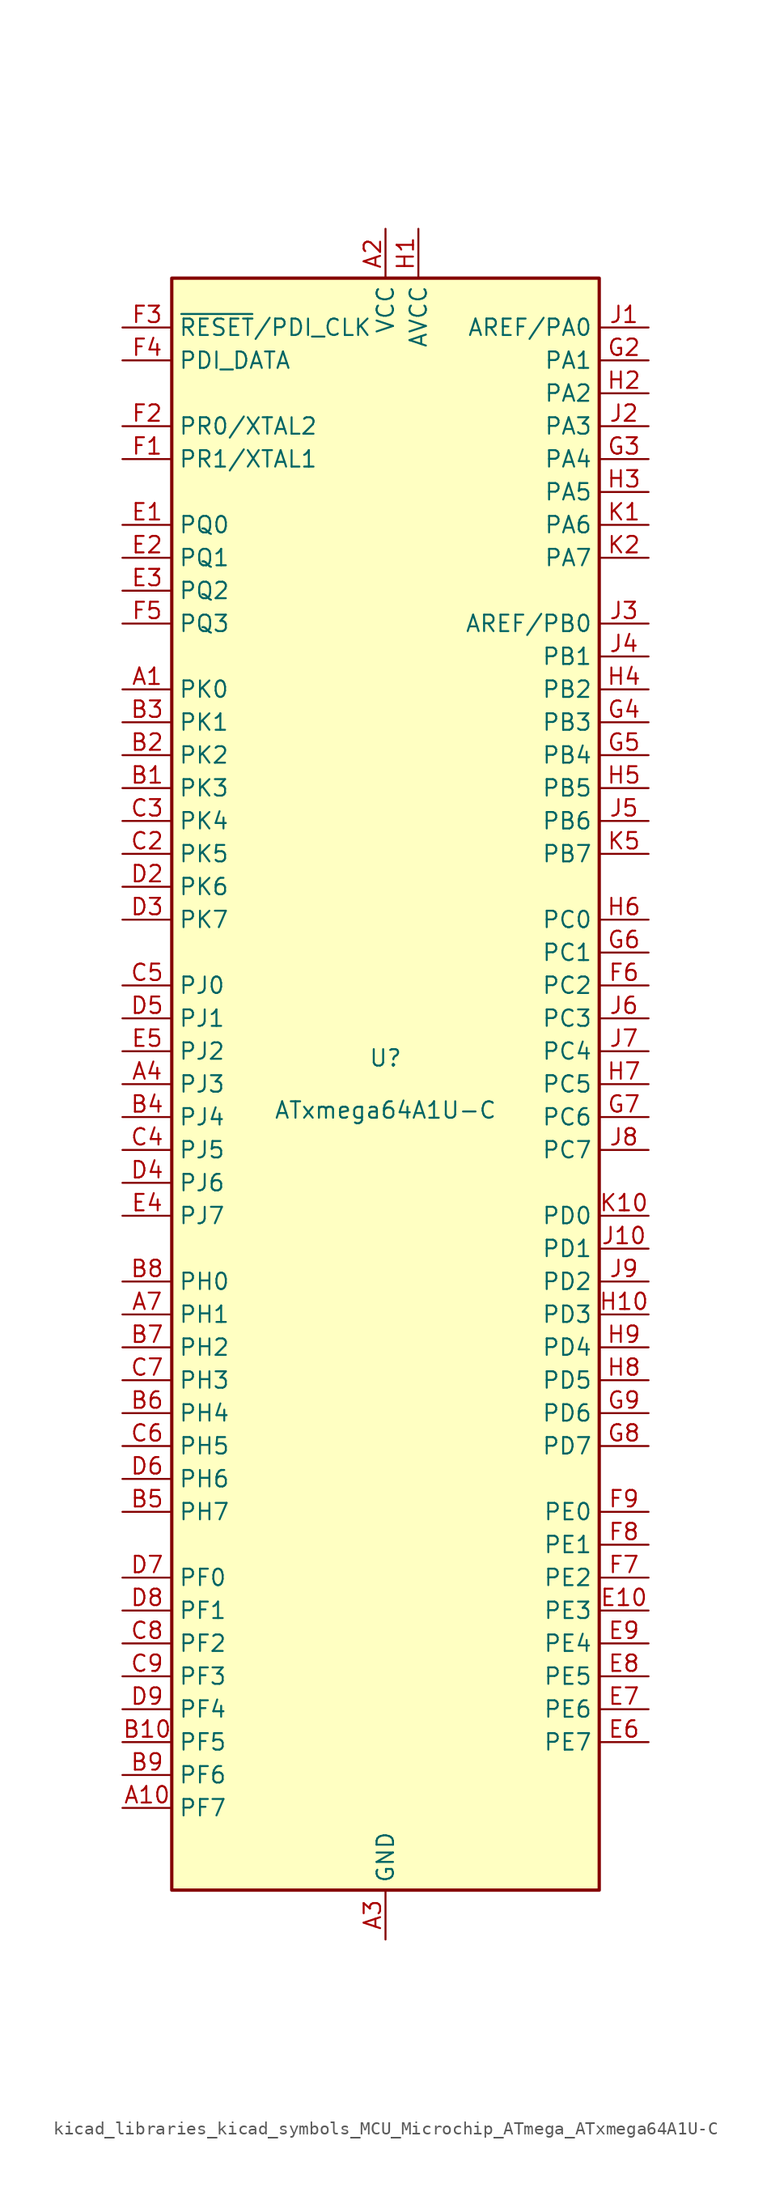
<source format=kicad_sym>
(kicad_symbol_lib
  (version 20220914)
  (generator kicad_symbol_editor)
  (symbol "kicad_libraries_kicad_symbols_MCU_Microchip_ATmega_ATxmega64A1U-C"
    (property "Reference" "U"
      (at 0 1.27 0)
      (effects (font (size 1.27 1.27)) (justify bottom)))
    (property "Value" "ATxmega64A1U-C"
      (at 0 -1.27 0)
      (effects (font (size 1.27 1.27)) (justify top)))
    (symbol "kicad_libraries_kicad_symbols_MCU_Microchip_ATmega_ATxmega64A1U-C_0_1"
      (rectangle (start -16.51 -62.23) (end 16.51 62.23) (stroke (width 0.254) (type default)) (fill (type background))))
    (symbol "kicad_libraries_kicad_symbols_MCU_Microchip_ATmega_ATxmega64A1U-C_1_1"
      (pin bidirectional line (at -20.32 30.48 0) (length 3.81) (name "PK0" (effects (font (size 1.27 1.27)))) (number "A1" (effects (font (size 1.27 1.27)))))
      (pin bidirectional line (at -20.32 -55.88 0) (length 3.81) (name "PF7" (effects (font (size 1.27 1.27)))) (number "A10" (effects (font (size 1.27 1.27)))))
      (pin power_in line (at 0 66.04 270) (length 3.81) (name "VCC" (effects (font (size 1.27 1.27)))) (number "A2" (effects (font (size 1.27 1.27)))))
      (pin power_in line (at 0 -66.04 90) (length 3.81) (name "GND" (effects (font (size 1.27 1.27)))) (number "A3" (effects (font (size 1.27 1.27)))))
      (pin bidirectional line (at -20.32 0 0) (length 3.81) (name "PJ3" (effects (font (size 1.27 1.27)))) (number "A4" (effects (font (size 1.27 1.27)))))
      (pin passive line (at 0 66.04 270) (length 3.81) hide (name "VCC" (effects (font (size 1.27 1.27)))) (number "A5" (effects (font (size 1.27 1.27)))))
      (pin passive line (at 0 -66.04 90) (length 3.81) hide (name "GND" (effects (font (size 1.27 1.27)))) (number "A6" (effects (font (size 1.27 1.27)))))
      (pin bidirectional line (at -20.32 -17.78 0) (length 3.81) (name "PH1" (effects (font (size 1.27 1.27)))) (number "A7" (effects (font (size 1.27 1.27)))))
      (pin passive line (at 0 -66.04 90) (length 3.81) hide (name "GND" (effects (font (size 1.27 1.27)))) (number "A8" (effects (font (size 1.27 1.27)))))
      (pin passive line (at 0 66.04 270) (length 3.81) hide (name "VCC" (effects (font (size 1.27 1.27)))) (number "A9" (effects (font (size 1.27 1.27)))))
      (pin bidirectional line (at -20.32 22.86 0) (length 3.81) (name "PK3" (effects (font (size 1.27 1.27)))) (number "B1" (effects (font (size 1.27 1.27)))))
      (pin bidirectional line (at -20.32 -50.8 0) (length 3.81) (name "PF5" (effects (font (size 1.27 1.27)))) (number "B10" (effects (font (size 1.27 1.27)))))
      (pin bidirectional line (at -20.32 25.4 0) (length 3.81) (name "PK2" (effects (font (size 1.27 1.27)))) (number "B2" (effects (font (size 1.27 1.27)))))
      (pin bidirectional line (at -20.32 27.94 0) (length 3.81) (name "PK1" (effects (font (size 1.27 1.27)))) (number "B3" (effects (font (size 1.27 1.27)))))
      (pin bidirectional line (at -20.32 -2.54 0) (length 3.81) (name "PJ4" (effects (font (size 1.27 1.27)))) (number "B4" (effects (font (size 1.27 1.27)))))
      (pin bidirectional line (at -20.32 -33.02 0) (length 3.81) (name "PH7" (effects (font (size 1.27 1.27)))) (number "B5" (effects (font (size 1.27 1.27)))))
      (pin bidirectional line (at -20.32 -25.4 0) (length 3.81) (name "PH4" (effects (font (size 1.27 1.27)))) (number "B6" (effects (font (size 1.27 1.27)))))
      (pin bidirectional line (at -20.32 -20.32 0) (length 3.81) (name "PH2" (effects (font (size 1.27 1.27)))) (number "B7" (effects (font (size 1.27 1.27)))))
      (pin bidirectional line (at -20.32 -15.24 0) (length 3.81) (name "PH0" (effects (font (size 1.27 1.27)))) (number "B8" (effects (font (size 1.27 1.27)))))
      (pin bidirectional line (at -20.32 -53.34 0) (length 3.81) (name "PF6" (effects (font (size 1.27 1.27)))) (number "B9" (effects (font (size 1.27 1.27)))))
      (pin passive line (at 0 66.04 270) (length 3.81) hide (name "VCC" (effects (font (size 1.27 1.27)))) (number "C1" (effects (font (size 1.27 1.27)))))
      (pin passive line (at 0 66.04 270) (length 3.81) hide (name "VCC" (effects (font (size 1.27 1.27)))) (number "C10" (effects (font (size 1.27 1.27)))))
      (pin bidirectional line (at -20.32 17.78 0) (length 3.81) (name "PK5" (effects (font (size 1.27 1.27)))) (number "C2" (effects (font (size 1.27 1.27)))))
      (pin bidirectional line (at -20.32 20.32 0) (length 3.81) (name "PK4" (effects (font (size 1.27 1.27)))) (number "C3" (effects (font (size 1.27 1.27)))))
      (pin bidirectional line (at -20.32 -5.08 0) (length 3.81) (name "PJ5" (effects (font (size 1.27 1.27)))) (number "C4" (effects (font (size 1.27 1.27)))))
      (pin bidirectional line (at -20.32 7.62 0) (length 3.81) (name "PJ0" (effects (font (size 1.27 1.27)))) (number "C5" (effects (font (size 1.27 1.27)))))
      (pin bidirectional line (at -20.32 -27.94 0) (length 3.81) (name "PH5" (effects (font (size 1.27 1.27)))) (number "C6" (effects (font (size 1.27 1.27)))))
      (pin bidirectional line (at -20.32 -22.86 0) (length 3.81) (name "PH3" (effects (font (size 1.27 1.27)))) (number "C7" (effects (font (size 1.27 1.27)))))
      (pin bidirectional line (at -20.32 -43.18 0) (length 3.81) (name "PF2" (effects (font (size 1.27 1.27)))) (number "C8" (effects (font (size 1.27 1.27)))))
      (pin bidirectional line (at -20.32 -45.72 0) (length 3.81) (name "PF3" (effects (font (size 1.27 1.27)))) (number "C9" (effects (font (size 1.27 1.27)))))
      (pin passive line (at 0 -66.04 90) (length 3.81) hide (name "GND" (effects (font (size 1.27 1.27)))) (number "D1" (effects (font (size 1.27 1.27)))))
      (pin passive line (at 0 -66.04 90) (length 3.81) hide (name "GND" (effects (font (size 1.27 1.27)))) (number "D10" (effects (font (size 1.27 1.27)))))
      (pin bidirectional line (at -20.32 15.24 0) (length 3.81) (name "PK6" (effects (font (size 1.27 1.27)))) (number "D2" (effects (font (size 1.27 1.27)))))
      (pin bidirectional line (at -20.32 12.7 0) (length 3.81) (name "PK7" (effects (font (size 1.27 1.27)))) (number "D3" (effects (font (size 1.27 1.27)))))
      (pin bidirectional line (at -20.32 -7.62 0) (length 3.81) (name "PJ6" (effects (font (size 1.27 1.27)))) (number "D4" (effects (font (size 1.27 1.27)))))
      (pin bidirectional line (at -20.32 5.08 0) (length 3.81) (name "PJ1" (effects (font (size 1.27 1.27)))) (number "D5" (effects (font (size 1.27 1.27)))))
      (pin bidirectional line (at -20.32 -30.48 0) (length 3.81) (name "PH6" (effects (font (size 1.27 1.27)))) (number "D6" (effects (font (size 1.27 1.27)))))
      (pin bidirectional line (at -20.32 -38.1 0) (length 3.81) (name "PF0" (effects (font (size 1.27 1.27)))) (number "D7" (effects (font (size 1.27 1.27)))))
      (pin bidirectional line (at -20.32 -40.64 0) (length 3.81) (name "PF1" (effects (font (size 1.27 1.27)))) (number "D8" (effects (font (size 1.27 1.27)))))
      (pin bidirectional line (at -20.32 -48.26 0) (length 3.81) (name "PF4" (effects (font (size 1.27 1.27)))) (number "D9" (effects (font (size 1.27 1.27)))))
      (pin bidirectional line (at -20.32 43.18 0) (length 3.81) (name "PQ0" (effects (font (size 1.27 1.27)))) (number "E1" (effects (font (size 1.27 1.27)))))
      (pin bidirectional line (at 20.32 -40.64 180) (length 3.81) (name "PE3" (effects (font (size 1.27 1.27)))) (number "E10" (effects (font (size 1.27 1.27)))))
      (pin bidirectional line (at -20.32 40.64 0) (length 3.81) (name "PQ1" (effects (font (size 1.27 1.27)))) (number "E2" (effects (font (size 1.27 1.27)))))
      (pin bidirectional line (at -20.32 38.1 0) (length 3.81) (name "PQ2" (effects (font (size 1.27 1.27)))) (number "E3" (effects (font (size 1.27 1.27)))))
      (pin bidirectional line (at -20.32 -10.16 0) (length 3.81) (name "PJ7" (effects (font (size 1.27 1.27)))) (number "E4" (effects (font (size 1.27 1.27)))))
      (pin bidirectional line (at -20.32 2.54 0) (length 3.81) (name "PJ2" (effects (font (size 1.27 1.27)))) (number "E5" (effects (font (size 1.27 1.27)))))
      (pin bidirectional line (at 20.32 -50.8 180) (length 3.81) (name "PE7" (effects (font (size 1.27 1.27)))) (number "E6" (effects (font (size 1.27 1.27)))))
      (pin bidirectional line (at 20.32 -48.26 180) (length 3.81) (name "PE6" (effects (font (size 1.27 1.27)))) (number "E7" (effects (font (size 1.27 1.27)))))
      (pin bidirectional line (at 20.32 -45.72 180) (length 3.81) (name "PE5" (effects (font (size 1.27 1.27)))) (number "E8" (effects (font (size 1.27 1.27)))))
      (pin bidirectional line (at 20.32 -43.18 180) (length 3.81) (name "PE4" (effects (font (size 1.27 1.27)))) (number "E9" (effects (font (size 1.27 1.27)))))
      (pin bidirectional line (at -20.32 48.26 0) (length 3.81) (name "PR1/XTAL1" (effects (font (size 1.27 1.27)))) (number "F1" (effects (font (size 1.27 1.27)))))
      (pin passive line (at 0 66.04 270) (length 3.81) hide (name "VCC" (effects (font (size 1.27 1.27)))) (number "F10" (effects (font (size 1.27 1.27)))))
      (pin bidirectional line (at -20.32 50.8 0) (length 3.81) (name "PR0/XTAL2" (effects (font (size 1.27 1.27)))) (number "F2" (effects (font (size 1.27 1.27)))))
      (pin input line (at -20.32 58.42 0) (length 3.81) (name "~{RESET}/PDI_CLK" (effects (font (size 1.27 1.27)))) (number "F3" (effects (font (size 1.27 1.27)))))
      (pin bidirectional line (at -20.32 55.88 0) (length 3.81) (name "PDI_DATA" (effects (font (size 1.27 1.27)))) (number "F4" (effects (font (size 1.27 1.27)))))
      (pin bidirectional line (at -20.32 35.56 0) (length 3.81) (name "PQ3" (effects (font (size 1.27 1.27)))) (number "F5" (effects (font (size 1.27 1.27)))))
      (pin bidirectional line (at 20.32 7.62 180) (length 3.81) (name "PC2" (effects (font (size 1.27 1.27)))) (number "F6" (effects (font (size 1.27 1.27)))))
      (pin bidirectional line (at 20.32 -38.1 180) (length 3.81) (name "PE2" (effects (font (size 1.27 1.27)))) (number "F7" (effects (font (size 1.27 1.27)))))
      (pin bidirectional line (at 20.32 -35.56 180) (length 3.81) (name "PE1" (effects (font (size 1.27 1.27)))) (number "F8" (effects (font (size 1.27 1.27)))))
      (pin bidirectional line (at 20.32 -33.02 180) (length 3.81) (name "PE0" (effects (font (size 1.27 1.27)))) (number "F9" (effects (font (size 1.27 1.27)))))
      (pin passive line (at 0 -66.04 90) (length 3.81) hide (name "GND" (effects (font (size 1.27 1.27)))) (number "G1" (effects (font (size 1.27 1.27)))))
      (pin passive line (at 0 -66.04 90) (length 3.81) hide (name "GND" (effects (font (size 1.27 1.27)))) (number "G10" (effects (font (size 1.27 1.27)))))
      (pin bidirectional line (at 20.32 55.88 180) (length 3.81) (name "PA1" (effects (font (size 1.27 1.27)))) (number "G2" (effects (font (size 1.27 1.27)))))
      (pin bidirectional line (at 20.32 48.26 180) (length 3.81) (name "PA4" (effects (font (size 1.27 1.27)))) (number "G3" (effects (font (size 1.27 1.27)))))
      (pin bidirectional line (at 20.32 27.94 180) (length 3.81) (name "PB3" (effects (font (size 1.27 1.27)))) (number "G4" (effects (font (size 1.27 1.27)))))
      (pin bidirectional line (at 20.32 25.4 180) (length 3.81) (name "PB4" (effects (font (size 1.27 1.27)))) (number "G5" (effects (font (size 1.27 1.27)))))
      (pin bidirectional line (at 20.32 10.16 180) (length 3.81) (name "PC1" (effects (font (size 1.27 1.27)))) (number "G6" (effects (font (size 1.27 1.27)))))
      (pin bidirectional line (at 20.32 -2.54 180) (length 3.81) (name "PC6" (effects (font (size 1.27 1.27)))) (number "G7" (effects (font (size 1.27 1.27)))))
      (pin bidirectional line (at 20.32 -27.94 180) (length 3.81) (name "PD7" (effects (font (size 1.27 1.27)))) (number "G8" (effects (font (size 1.27 1.27)))))
      (pin bidirectional line (at 20.32 -25.4 180) (length 3.81) (name "PD6" (effects (font (size 1.27 1.27)))) (number "G9" (effects (font (size 1.27 1.27)))))
      (pin power_in line (at 2.54 66.04 270) (length 3.81) (name "AVCC" (effects (font (size 1.27 1.27)))) (number "H1" (effects (font (size 1.27 1.27)))))
      (pin bidirectional line (at 20.32 -17.78 180) (length 3.81) (name "PD3" (effects (font (size 1.27 1.27)))) (number "H10" (effects (font (size 1.27 1.27)))))
      (pin bidirectional line (at 20.32 53.34 180) (length 3.81) (name "PA2" (effects (font (size 1.27 1.27)))) (number "H2" (effects (font (size 1.27 1.27)))))
      (pin bidirectional line (at 20.32 45.72 180) (length 3.81) (name "PA5" (effects (font (size 1.27 1.27)))) (number "H3" (effects (font (size 1.27 1.27)))))
      (pin bidirectional line (at 20.32 30.48 180) (length 3.81) (name "PB2" (effects (font (size 1.27 1.27)))) (number "H4" (effects (font (size 1.27 1.27)))))
      (pin bidirectional line (at 20.32 22.86 180) (length 3.81) (name "PB5" (effects (font (size 1.27 1.27)))) (number "H5" (effects (font (size 1.27 1.27)))))
      (pin bidirectional line (at 20.32 12.7 180) (length 3.81) (name "PC0" (effects (font (size 1.27 1.27)))) (number "H6" (effects (font (size 1.27 1.27)))))
      (pin bidirectional line (at 20.32 0 180) (length 3.81) (name "PC5" (effects (font (size 1.27 1.27)))) (number "H7" (effects (font (size 1.27 1.27)))))
      (pin bidirectional line (at 20.32 -22.86 180) (length 3.81) (name "PD5" (effects (font (size 1.27 1.27)))) (number "H8" (effects (font (size 1.27 1.27)))))
      (pin bidirectional line (at 20.32 -20.32 180) (length 3.81) (name "PD4" (effects (font (size 1.27 1.27)))) (number "H9" (effects (font (size 1.27 1.27)))))
      (pin bidirectional line (at 20.32 58.42 180) (length 3.81) (name "AREF/PA0" (effects (font (size 1.27 1.27)))) (number "J1" (effects (font (size 1.27 1.27)))))
      (pin bidirectional line (at 20.32 -12.7 180) (length 3.81) (name "PD1" (effects (font (size 1.27 1.27)))) (number "J10" (effects (font (size 1.27 1.27)))))
      (pin bidirectional line (at 20.32 50.8 180) (length 3.81) (name "PA3" (effects (font (size 1.27 1.27)))) (number "J2" (effects (font (size 1.27 1.27)))))
      (pin bidirectional line (at 20.32 35.56 180) (length 3.81) (name "AREF/PB0" (effects (font (size 1.27 1.27)))) (number "J3" (effects (font (size 1.27 1.27)))))
      (pin bidirectional line (at 20.32 33.02 180) (length 3.81) (name "PB1" (effects (font (size 1.27 1.27)))) (number "J4" (effects (font (size 1.27 1.27)))))
      (pin bidirectional line (at 20.32 20.32 180) (length 3.81) (name "PB6" (effects (font (size 1.27 1.27)))) (number "J5" (effects (font (size 1.27 1.27)))))
      (pin bidirectional line (at 20.32 5.08 180) (length 3.81) (name "PC3" (effects (font (size 1.27 1.27)))) (number "J6" (effects (font (size 1.27 1.27)))))
      (pin bidirectional line (at 20.32 2.54 180) (length 3.81) (name "PC4" (effects (font (size 1.27 1.27)))) (number "J7" (effects (font (size 1.27 1.27)))))
      (pin bidirectional line (at 20.32 -5.08 180) (length 3.81) (name "PC7" (effects (font (size 1.27 1.27)))) (number "J8" (effects (font (size 1.27 1.27)))))
      (pin bidirectional line (at 20.32 -15.24 180) (length 3.81) (name "PD2" (effects (font (size 1.27 1.27)))) (number "J9" (effects (font (size 1.27 1.27)))))
      (pin bidirectional line (at 20.32 43.18 180) (length 3.81) (name "PA6" (effects (font (size 1.27 1.27)))) (number "K1" (effects (font (size 1.27 1.27)))))
      (pin bidirectional line (at 20.32 -10.16 180) (length 3.81) (name "PD0" (effects (font (size 1.27 1.27)))) (number "K10" (effects (font (size 1.27 1.27)))))
      (pin bidirectional line (at 20.32 40.64 180) (length 3.81) (name "PA7" (effects (font (size 1.27 1.27)))) (number "K2" (effects (font (size 1.27 1.27)))))
      (pin passive line (at 0 -66.04 90) (length 3.81) hide (name "GND" (effects (font (size 1.27 1.27)))) (number "K3" (effects (font (size 1.27 1.27)))))
      (pin passive line (at 2.54 66.04 270) (length 3.81) hide (name "AVCC" (effects (font (size 1.27 1.27)))) (number "K4" (effects (font (size 1.27 1.27)))))
      (pin bidirectional line (at 20.32 17.78 180) (length 3.81) (name "PB7" (effects (font (size 1.27 1.27)))) (number "K5" (effects (font (size 1.27 1.27)))))
      (pin passive line (at 0 66.04 270) (length 3.81) hide (name "VCC" (effects (font (size 1.27 1.27)))) (number "K6" (effects (font (size 1.27 1.27)))))
      (pin passive line (at 0 -66.04 90) (length 3.81) hide (name "GND" (effects (font (size 1.27 1.27)))) (number "K7" (effects (font (size 1.27 1.27)))))
      (pin passive line (at 0 66.04 270) (length 3.81) hide (name "VCC" (effects (font (size 1.27 1.27)))) (number "K8" (effects (font (size 1.27 1.27)))))
      (pin passive line (at 0 -66.04 90) (length 3.81) hide (name "GND" (effects (font (size 1.27 1.27)))) (number "K9" (effects (font (size 1.27 1.27))))))))
</source>
